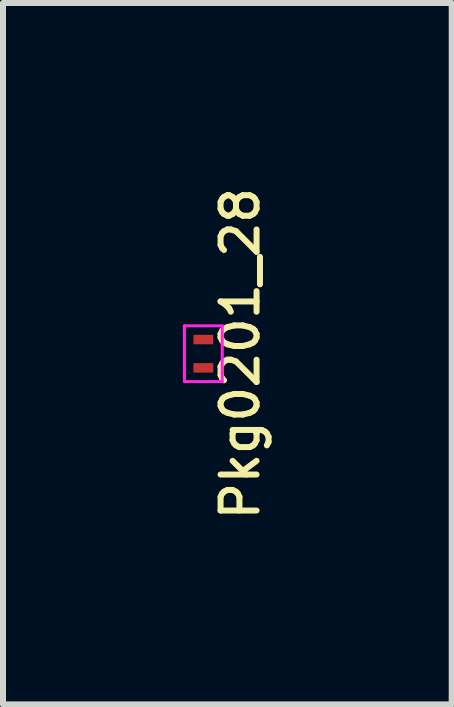
<source format=kicad_pcb>
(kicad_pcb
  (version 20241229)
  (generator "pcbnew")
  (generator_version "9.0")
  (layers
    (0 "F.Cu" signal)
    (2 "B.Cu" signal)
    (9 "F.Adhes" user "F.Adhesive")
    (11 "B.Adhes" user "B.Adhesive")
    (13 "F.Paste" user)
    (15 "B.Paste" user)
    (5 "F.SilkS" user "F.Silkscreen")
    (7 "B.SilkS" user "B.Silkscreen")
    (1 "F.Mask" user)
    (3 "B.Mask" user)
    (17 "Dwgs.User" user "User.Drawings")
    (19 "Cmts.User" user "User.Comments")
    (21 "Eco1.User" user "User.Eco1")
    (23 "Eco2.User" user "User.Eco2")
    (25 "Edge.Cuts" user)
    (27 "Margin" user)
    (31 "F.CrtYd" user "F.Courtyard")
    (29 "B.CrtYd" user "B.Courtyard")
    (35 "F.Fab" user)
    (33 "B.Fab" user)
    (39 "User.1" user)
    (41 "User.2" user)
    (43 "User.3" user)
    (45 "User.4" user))
  (footprint "Pkg0201_28"
    (layer "F.Cu")
    (at 0.34 2.847)
    (property "Reference" "Pkg0201_28" (at 0.615 0 90) (layer "F.SilkS") (effects (font (size 0.6 0.6) (thickness 0.1))))
    (fp_line (start -0.315 -0.465) (end -0.315 0.465) (stroke (width 0.05) (type solid)) (layer "F.CrtYd"))
    (fp_line (start -0.315 0.465) (end 0.315 0.465) (stroke (width 0.05) (type solid)) (layer "F.CrtYd"))
    (fp_line (start 0.315 -0.465) (end -0.315 -0.465) (stroke (width 0.05) (type solid)) (layer "F.CrtYd"))
    (fp_line (start 0.315 0.465) (end 0.315 -0.465) (stroke (width 0.05) (type solid)) (layer "F.CrtYd"))
    (pad "1" smd rect (at 0 -0.236) (size 0.33 0.158) (layers "F.Cu" "F.Mask" "F.Paste"))
    (pad "2" smd rect (at 0 0.236) (size 0.33 0.158) (layers "F.Cu" "F.Mask" "F.Paste")))
  (gr_rect
    (start -3 -3)
    (end 4.481 8.694)
    (stroke (width 0.1) (type default))
    (fill no)
    (layer "Edge.Cuts")))
</source>
